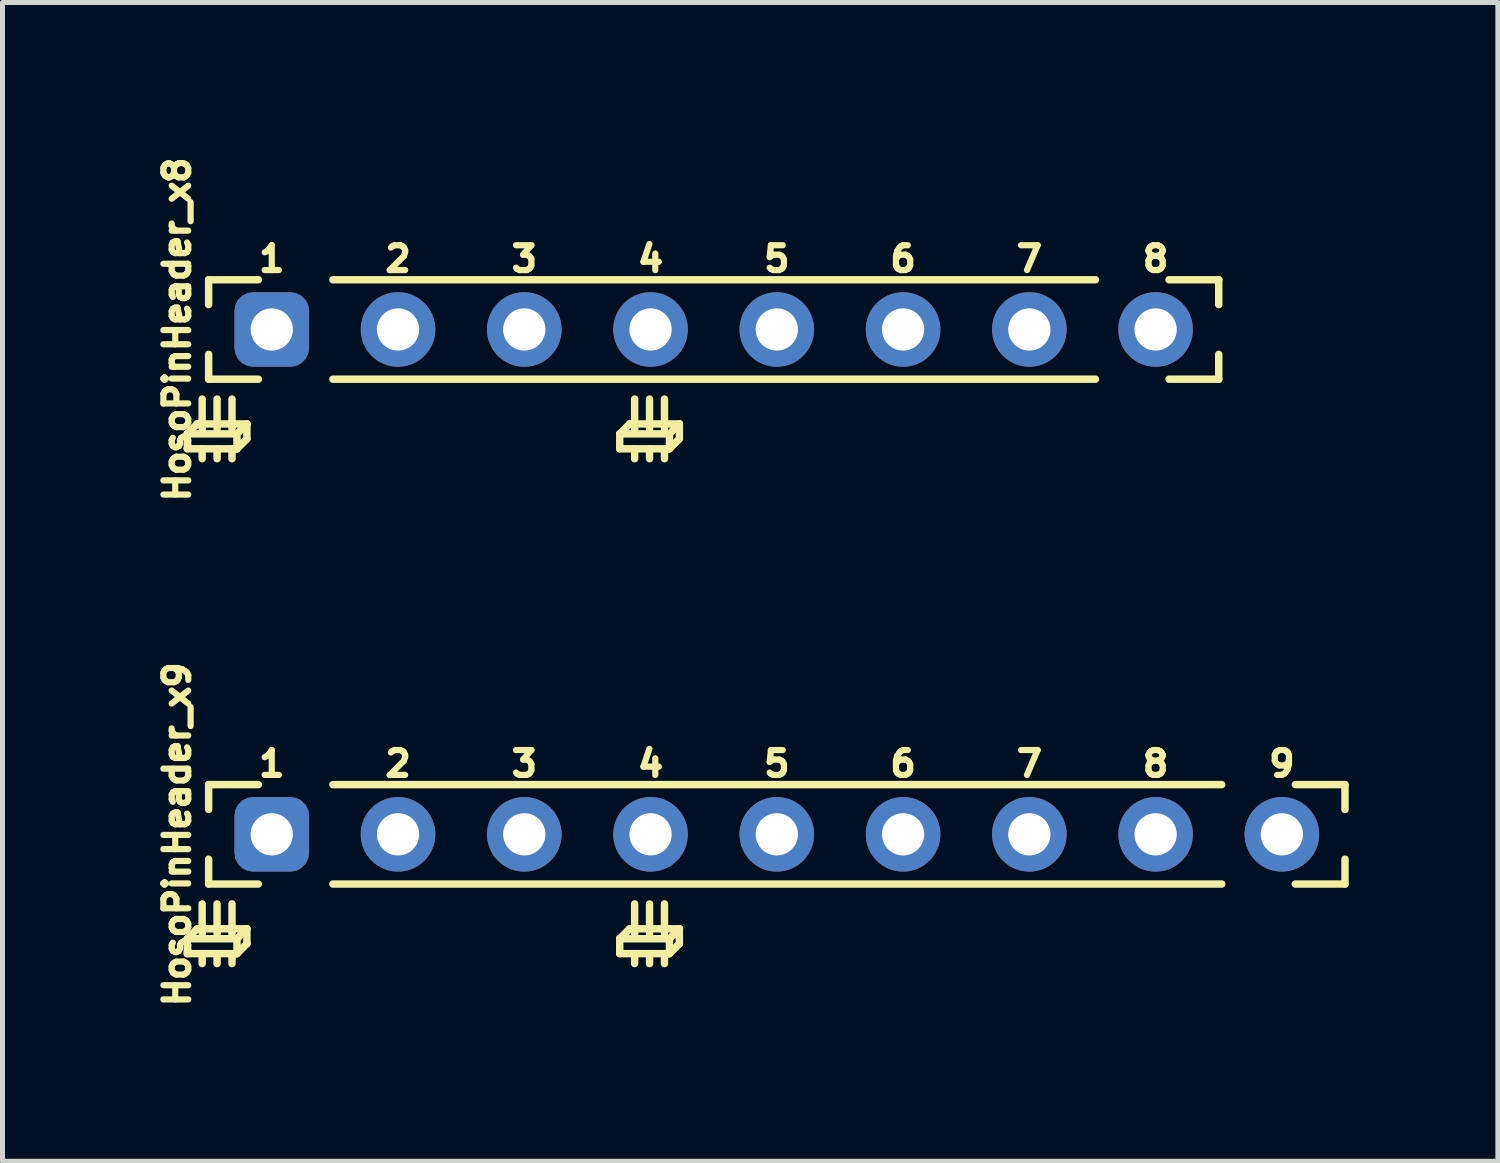
<source format=kicad_pcb>
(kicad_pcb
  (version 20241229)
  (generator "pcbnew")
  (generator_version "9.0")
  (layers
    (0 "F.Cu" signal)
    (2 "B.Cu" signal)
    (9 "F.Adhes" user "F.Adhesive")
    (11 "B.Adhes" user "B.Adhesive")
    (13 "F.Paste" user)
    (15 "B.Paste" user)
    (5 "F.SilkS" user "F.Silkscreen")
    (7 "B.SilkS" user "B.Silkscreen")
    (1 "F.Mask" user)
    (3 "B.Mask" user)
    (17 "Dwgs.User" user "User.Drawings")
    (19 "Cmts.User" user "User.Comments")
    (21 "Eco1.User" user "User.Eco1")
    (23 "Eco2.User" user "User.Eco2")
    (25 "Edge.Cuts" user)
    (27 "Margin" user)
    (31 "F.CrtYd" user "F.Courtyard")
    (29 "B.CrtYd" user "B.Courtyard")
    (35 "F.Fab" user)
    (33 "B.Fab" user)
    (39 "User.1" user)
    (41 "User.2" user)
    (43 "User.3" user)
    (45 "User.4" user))
  (footprint "HosoPinHeader_x9"
    (layer "F.Cu")
    (at 2.417 13.734)
    (property "Reference" "HosoPinHeader_x9" (at -1.905 0 90) (layer "F.SilkS") (effects (font (size 0.5 0.5) (thickness 0.125))))
    (attr through_hole)
    (fp_line (start -1.7 2.1) (end -1.5 1.9) (stroke (width 0.15) (type solid)) (layer "F.SilkS"))
    (fp_line (start -1.7 2.1) (end -0.7 2.1) (stroke (width 0.15) (type solid)) (layer "F.SilkS"))
    (fp_line (start -1.7 2.4) (end -1.7 2.1) (stroke (width 0.15) (type solid)) (layer "F.SilkS"))
    (fp_line (start -1.5 1.9) (end -0.5 1.9) (stroke (width 0.15) (type solid)) (layer "F.SilkS"))
    (fp_line (start -1.4 2) (end -1.4 1.4) (stroke (width 0.15) (type solid)) (layer "F.SilkS"))
    (fp_line (start -1.4 2.4) (end -1.4 2.6) (stroke (width 0.15) (type solid)) (layer "F.SilkS"))
    (fp_line (start -1.27 -1) (end -1.27 -0.5) (stroke (width 0.15) (type solid)) (layer "F.SilkS"))
    (fp_line (start -1.27 -1) (end -0.27 -1) (stroke (width 0.15) (type solid)) (layer "F.SilkS"))
    (fp_line (start -1.27 1) (end -1.27 0.5) (stroke (width 0.15) (type solid)) (layer "F.SilkS"))
    (fp_line (start -1.27 1) (end -0.27 1) (stroke (width 0.15) (type solid)) (layer "F.SilkS"))
    (fp_line (start -1.1 2) (end -1.1 1.4) (stroke (width 0.15) (type solid)) (layer "F.SilkS"))
    (fp_line (start -1.1 2.4) (end -1.1 2.6) (stroke (width 0.15) (type solid)) (layer "F.SilkS"))
    (fp_line (start -0.8 2) (end -0.8 1.4) (stroke (width 0.15) (type solid)) (layer "F.SilkS"))
    (fp_line (start -0.8 2.4) (end -0.8 2.6) (stroke (width 0.15) (type solid)) (layer "F.SilkS"))
    (fp_line (start -0.7 2.1) (end -0.7 2.4) (stroke (width 0.15) (type solid)) (layer "F.SilkS"))
    (fp_line (start -0.7 2.1) (end -0.5 1.9) (stroke (width 0.15) (type solid)) (layer "F.SilkS"))
    (fp_line (start -0.7 2.4) (end -1.7 2.4) (stroke (width 0.15) (type solid)) (layer "F.SilkS"))
    (fp_line (start -0.5 1.9) (end -0.5 2.2) (stroke (width 0.15) (type solid)) (layer "F.SilkS"))
    (fp_line (start -0.5 2.2) (end -0.7 2.4) (stroke (width 0.15) (type solid)) (layer "F.SilkS"))
    (fp_line (start 1.23 -1) (end 19.11 -1) (stroke (width 0.15) (type solid)) (layer "F.SilkS"))
    (fp_line (start 7 2.1) (end 7.2 1.9) (stroke (width 0.15) (type solid)) (layer "F.SilkS"))
    (fp_line (start 7 2.1) (end 8 2.1) (stroke (width 0.15) (type solid)) (layer "F.SilkS"))
    (fp_line (start 7 2.4) (end 7 2.1) (stroke (width 0.15) (type solid)) (layer "F.SilkS"))
    (fp_line (start 7.2 1.9) (end 8.2 1.9) (stroke (width 0.15) (type solid)) (layer "F.SilkS"))
    (fp_line (start 7.3 2) (end 7.3 1.4) (stroke (width 0.15) (type solid)) (layer "F.SilkS"))
    (fp_line (start 7.3 2.4) (end 7.3 2.6) (stroke (width 0.15) (type solid)) (layer "F.SilkS"))
    (fp_line (start 7.6 2) (end 7.6 1.4) (stroke (width 0.15) (type solid)) (layer "F.SilkS"))
    (fp_line (start 7.6 2.4) (end 7.6 2.6) (stroke (width 0.15) (type solid)) (layer "F.SilkS"))
    (fp_line (start 7.9 2) (end 7.9 1.4) (stroke (width 0.15) (type solid)) (layer "F.SilkS"))
    (fp_line (start 7.9 2.4) (end 7.9 2.6) (stroke (width 0.15) (type solid)) (layer "F.SilkS"))
    (fp_line (start 8 2.1) (end 8 2.4) (stroke (width 0.15) (type solid)) (layer "F.SilkS"))
    (fp_line (start 8 2.1) (end 8.2 1.9) (stroke (width 0.15) (type solid)) (layer "F.SilkS"))
    (fp_line (start 8 2.4) (end 7 2.4) (stroke (width 0.15) (type solid)) (layer "F.SilkS"))
    (fp_line (start 8.2 1.9) (end 8.2 2.2) (stroke (width 0.15) (type solid)) (layer "F.SilkS"))
    (fp_line (start 8.2 2.2) (end 8 2.4) (stroke (width 0.15) (type solid)) (layer "F.SilkS"))
    (fp_line (start 19.11 1) (end 1.23 1) (stroke (width 0.15) (type solid)) (layer "F.SilkS"))
    (fp_line (start 21.59 -1) (end 20.59 -1) (stroke (width 0.15) (type solid)) (layer "F.SilkS"))
    (fp_line (start 21.59 -0.5) (end 21.59 -1) (stroke (width 0.15) (type solid)) (layer "F.SilkS"))
    (fp_line (start 21.59 1) (end 20.59 1) (stroke (width 0.15) (type solid)) (layer "F.SilkS"))
    (fp_line (start 21.59 1) (end 21.59 0.5) (stroke (width 0.15) (type solid)) (layer "F.SilkS"))
    (fp_text user "1" (at 0 -1.42 0) (layer "F.SilkS") (effects (font (size 0.5 0.5) (thickness 0.125))))
    (fp_text user "6" (at 12.7 -1.42 0) (layer "F.SilkS") (effects (font (size 0.5 0.5) (thickness 0.125))))
    (fp_text user "8" (at 17.78 -1.42 0) (layer "F.SilkS") (effects (font (size 0.5 0.5) (thickness 0.125))))
    (fp_text user "2" (at 2.54 -1.42 0) (layer "F.SilkS") (effects (font (size 0.5 0.5) (thickness 0.125))))
    (fp_text user "5" (at 10.16 -1.42 0) (layer "F.SilkS") (effects (font (size 0.5 0.5) (thickness 0.125))))
    (fp_text user "4" (at 7.62 -1.42 0) (layer "F.SilkS") (effects (font (size 0.5 0.5) (thickness 0.125))))
    (fp_text user "3" (at 5.08 -1.42 0) (layer "F.SilkS") (effects (font (size 0.5 0.5) (thickness 0.125))))
    (fp_text user "9" (at 20.32 -1.42 0) (layer "F.SilkS") (effects (font (size 0.5 0.5) (thickness 0.125))))
    (fp_text user "7" (at 15.24 -1.42 0) (layer "F.SilkS") (effects (font (size 0.5 0.5) (thickness 0.125))))
    (pad "1" thru_hole roundrect (at 0 0 90) (size 1.5 1.5) (drill 0.85) (layers "*.Cu" "*.Mask") (roundrect_rratio 0.25))
    (pad "2" thru_hole circle (at 2.54 0) (size 1.5 1.5) (drill 0.85) (layers "*.Cu" "*.Mask"))
    (pad "3" thru_hole circle (at 5.08 0) (size 1.5 1.5) (drill 0.85) (layers "*.Cu" "*.Mask"))
    (pad "4" thru_hole circle (at 7.62 0) (size 1.5 1.5) (drill 0.85) (layers "*.Cu" "*.Mask"))
    (pad "5" thru_hole circle (at 10.16 0) (size 1.5 1.5) (drill 0.85) (layers "*.Cu" "*.Mask"))
    (pad "6" thru_hole circle (at 12.7 0) (size 1.5 1.5) (drill 0.85) (layers "*.Cu" "*.Mask"))
    (pad "7" thru_hole circle (at 15.24 0) (size 1.5 1.5) (drill 0.85) (layers "*.Cu" "*.Mask"))
    (pad "8" thru_hole circle (at 17.78 0) (size 1.5 1.5) (drill 0.85) (layers "*.Cu" "*.Mask"))
    (pad "9" thru_hole circle (at 20.32 0) (size 1.5 1.5) (drill 0.85) (layers "*.Cu" "*.Mask")))
  (footprint "HosoPinHeader_x8"
    (layer "F.Cu")
    (at 2.417 3.578)
    (property "Reference" "HosoPinHeader_x8" (at -1.905 0 90) (layer "F.SilkS") (effects (font (size 0.5 0.5) (thickness 0.125))))
    (attr through_hole)
    (fp_line (start -1.7 2.1) (end -1.5 1.9) (stroke (width 0.15) (type solid)) (layer "F.SilkS"))
    (fp_line (start -1.7 2.1) (end -0.7 2.1) (stroke (width 0.15) (type solid)) (layer "F.SilkS"))
    (fp_line (start -1.7 2.4) (end -1.7 2.1) (stroke (width 0.15) (type solid)) (layer "F.SilkS"))
    (fp_line (start -1.5 1.9) (end -0.5 1.9) (stroke (width 0.15) (type solid)) (layer "F.SilkS"))
    (fp_line (start -1.4 2) (end -1.4 1.4) (stroke (width 0.15) (type solid)) (layer "F.SilkS"))
    (fp_line (start -1.4 2.4) (end -1.4 2.6) (stroke (width 0.15) (type solid)) (layer "F.SilkS"))
    (fp_line (start -1.27 -1) (end -1.27 -0.5) (stroke (width 0.15) (type solid)) (layer "F.SilkS"))
    (fp_line (start -1.27 -1) (end -0.27 -1) (stroke (width 0.15) (type solid)) (layer "F.SilkS"))
    (fp_line (start -1.27 1) (end -1.27 0.5) (stroke (width 0.15) (type solid)) (layer "F.SilkS"))
    (fp_line (start -1.27 1) (end -0.27 1) (stroke (width 0.15) (type solid)) (layer "F.SilkS"))
    (fp_line (start -1.1 2) (end -1.1 1.4) (stroke (width 0.15) (type solid)) (layer "F.SilkS"))
    (fp_line (start -1.1 2.4) (end -1.1 2.6) (stroke (width 0.15) (type solid)) (layer "F.SilkS"))
    (fp_line (start -0.8 2) (end -0.8 1.4) (stroke (width 0.15) (type solid)) (layer "F.SilkS"))
    (fp_line (start -0.8 2.4) (end -0.8 2.6) (stroke (width 0.15) (type solid)) (layer "F.SilkS"))
    (fp_line (start -0.7 2.1) (end -0.7 2.4) (stroke (width 0.15) (type solid)) (layer "F.SilkS"))
    (fp_line (start -0.7 2.1) (end -0.5 1.9) (stroke (width 0.15) (type solid)) (layer "F.SilkS"))
    (fp_line (start -0.7 2.4) (end -1.7 2.4) (stroke (width 0.15) (type solid)) (layer "F.SilkS"))
    (fp_line (start -0.5 1.9) (end -0.5 2.2) (stroke (width 0.15) (type solid)) (layer "F.SilkS"))
    (fp_line (start -0.5 2.2) (end -0.7 2.4) (stroke (width 0.15) (type solid)) (layer "F.SilkS"))
    (fp_line (start 1.23 -1) (end 16.57 -1) (stroke (width 0.15) (type solid)) (layer "F.SilkS"))
    (fp_line (start 7 2.1) (end 7.2 1.9) (stroke (width 0.15) (type solid)) (layer "F.SilkS"))
    (fp_line (start 7 2.1) (end 8 2.1) (stroke (width 0.15) (type solid)) (layer "F.SilkS"))
    (fp_line (start 7 2.4) (end 7 2.1) (stroke (width 0.15) (type solid)) (layer "F.SilkS"))
    (fp_line (start 7.2 1.9) (end 8.2 1.9) (stroke (width 0.15) (type solid)) (layer "F.SilkS"))
    (fp_line (start 7.3 2) (end 7.3 1.4) (stroke (width 0.15) (type solid)) (layer "F.SilkS"))
    (fp_line (start 7.3 2.4) (end 7.3 2.6) (stroke (width 0.15) (type solid)) (layer "F.SilkS"))
    (fp_line (start 7.6 2) (end 7.6 1.4) (stroke (width 0.15) (type solid)) (layer "F.SilkS"))
    (fp_line (start 7.6 2.4) (end 7.6 2.6) (stroke (width 0.15) (type solid)) (layer "F.SilkS"))
    (fp_line (start 7.9 2) (end 7.9 1.4) (stroke (width 0.15) (type solid)) (layer "F.SilkS"))
    (fp_line (start 7.9 2.4) (end 7.9 2.6) (stroke (width 0.15) (type solid)) (layer "F.SilkS"))
    (fp_line (start 8 2.1) (end 8 2.4) (stroke (width 0.15) (type solid)) (layer "F.SilkS"))
    (fp_line (start 8 2.1) (end 8.2 1.9) (stroke (width 0.15) (type solid)) (layer "F.SilkS"))
    (fp_line (start 8 2.4) (end 7 2.4) (stroke (width 0.15) (type solid)) (layer "F.SilkS"))
    (fp_line (start 8.2 1.9) (end 8.2 2.2) (stroke (width 0.15) (type solid)) (layer "F.SilkS"))
    (fp_line (start 8.2 2.2) (end 8 2.4) (stroke (width 0.15) (type solid)) (layer "F.SilkS"))
    (fp_line (start 16.57 1) (end 1.23 1) (stroke (width 0.15) (type solid)) (layer "F.SilkS"))
    (fp_line (start 19.05 -1) (end 18.05 -1) (stroke (width 0.15) (type solid)) (layer "F.SilkS"))
    (fp_line (start 19.05 -0.5) (end 19.05 -1) (stroke (width 0.15) (type solid)) (layer "F.SilkS"))
    (fp_line (start 19.05 1) (end 18.05 1) (stroke (width 0.15) (type solid)) (layer "F.SilkS"))
    (fp_line (start 19.05 1) (end 19.05 0.5) (stroke (width 0.15) (type solid)) (layer "F.SilkS"))
    (fp_text user "4" (at 7.62 -1.42 0) (layer "F.SilkS") (effects (font (size 0.5 0.5) (thickness 0.125))))
    (fp_text user "7" (at 15.24 -1.42 0) (layer "F.SilkS") (effects (font (size 0.5 0.5) (thickness 0.125))))
    (fp_text user "3" (at 5.08 -1.42 0) (layer "F.SilkS") (effects (font (size 0.5 0.5) (thickness 0.125))))
    (fp_text user "2" (at 2.54 -1.42 0) (layer "F.SilkS") (effects (font (size 0.5 0.5) (thickness 0.125))))
    (fp_text user "1" (at 0 -1.42 0) (layer "F.SilkS") (effects (font (size 0.5 0.5) (thickness 0.125))))
    (fp_text user "6" (at 12.7 -1.42 0) (layer "F.SilkS") (effects (font (size 0.5 0.5) (thickness 0.125))))
    (fp_text user "5" (at 10.16 -1.42 0) (layer "F.SilkS") (effects (font (size 0.5 0.5) (thickness 0.125))))
    (fp_text user "8" (at 17.78 -1.42 0) (layer "F.SilkS") (effects (font (size 0.5 0.5) (thickness 0.125))))
    (pad "1" thru_hole roundrect (at 0 0 90) (size 1.5 1.5) (drill 0.85) (layers "*.Cu" "*.Mask") (roundrect_rratio 0.25))
    (pad "2" thru_hole circle (at 2.54 0) (size 1.5 1.5) (drill 0.85) (layers "*.Cu" "*.Mask"))
    (pad "3" thru_hole circle (at 5.08 0) (size 1.5 1.5) (drill 0.85) (layers "*.Cu" "*.Mask"))
    (pad "4" thru_hole circle (at 7.62 0) (size 1.5 1.5) (drill 0.85) (layers "*.Cu" "*.Mask"))
    (pad "5" thru_hole circle (at 10.16 0) (size 1.5 1.5) (drill 0.85) (layers "*.Cu" "*.Mask"))
    (pad "6" thru_hole circle (at 12.7 0) (size 1.5 1.5) (drill 0.85) (layers "*.Cu" "*.Mask"))
    (pad "7" thru_hole circle (at 15.24 0) (size 1.5 1.5) (drill 0.85) (layers "*.Cu" "*.Mask"))
    (pad "8" thru_hole circle (at 17.78 0) (size 1.5 1.5) (drill 0.85) (layers "*.Cu" "*.Mask")))
  (gr_rect
    (start -3 -3)
    (end 27.082 20.312)
    (stroke (width 0.1) (type default))
    (fill no)
    (layer "Edge.Cuts")))
</source>
